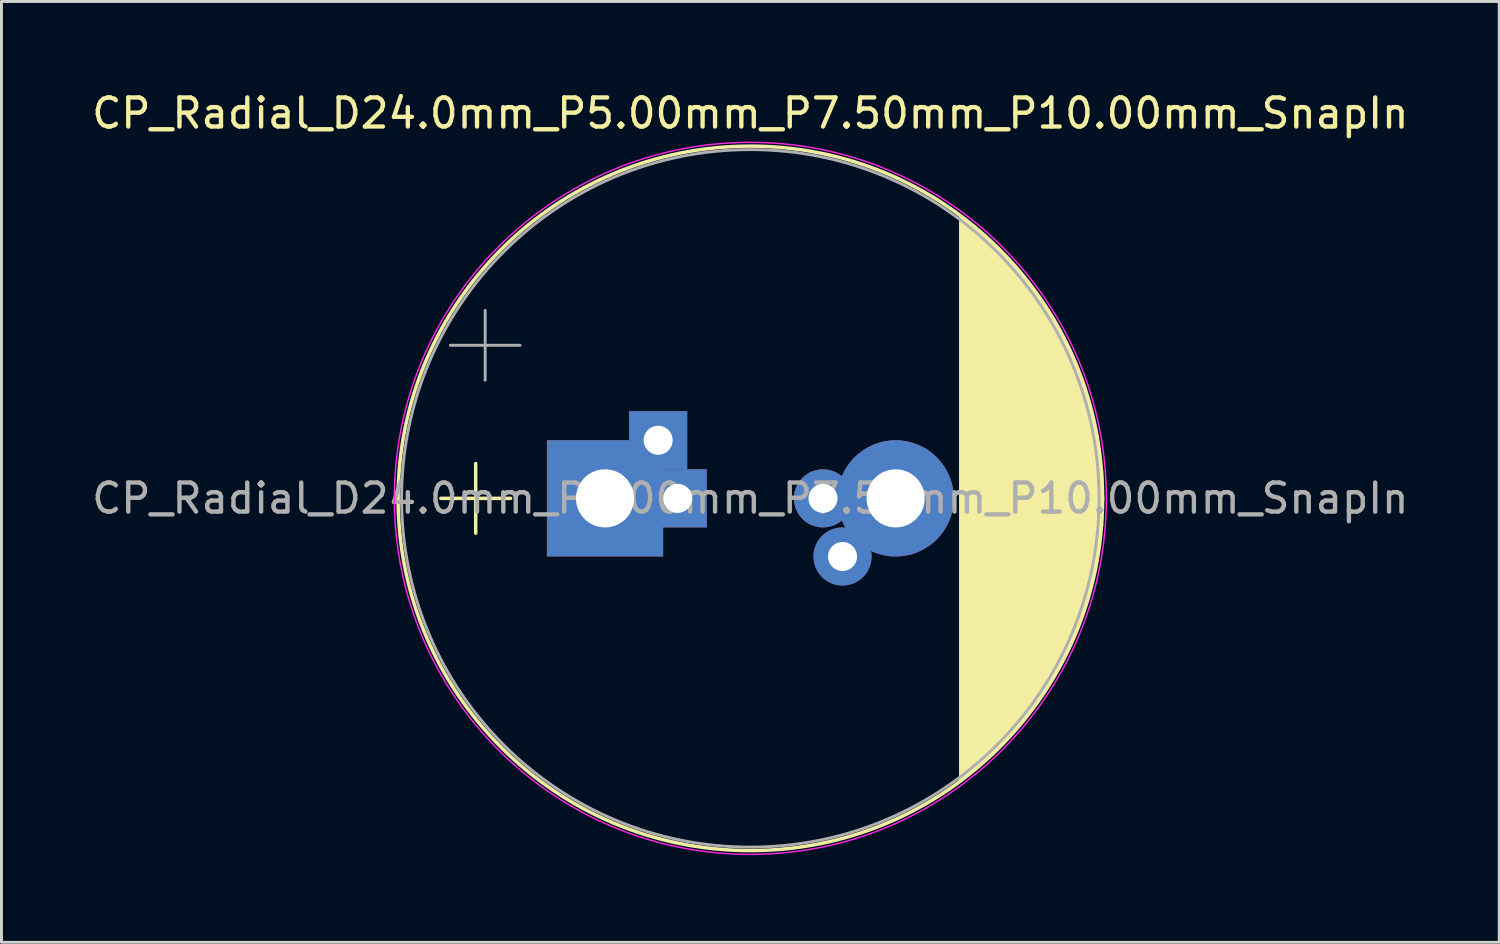
<source format=kicad_pcb>
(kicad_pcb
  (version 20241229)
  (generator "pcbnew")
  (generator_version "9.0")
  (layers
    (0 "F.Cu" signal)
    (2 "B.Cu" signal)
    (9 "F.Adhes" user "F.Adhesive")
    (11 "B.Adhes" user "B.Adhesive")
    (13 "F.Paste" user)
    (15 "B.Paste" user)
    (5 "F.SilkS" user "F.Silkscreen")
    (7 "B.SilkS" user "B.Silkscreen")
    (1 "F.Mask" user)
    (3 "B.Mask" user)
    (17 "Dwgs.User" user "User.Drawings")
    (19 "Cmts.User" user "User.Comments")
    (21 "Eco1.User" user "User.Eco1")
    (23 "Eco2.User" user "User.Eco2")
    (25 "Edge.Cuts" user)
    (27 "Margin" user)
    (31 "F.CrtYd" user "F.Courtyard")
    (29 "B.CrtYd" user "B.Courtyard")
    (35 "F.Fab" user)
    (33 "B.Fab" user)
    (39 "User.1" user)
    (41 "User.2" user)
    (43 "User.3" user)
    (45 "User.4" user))
  (footprint "CP_Radial_D24.0mm_P5.00mm_P7.50mm_P10.00mm_SnapIn"
    (layer "F.Cu")
    (at 17.768 14.098)
    (property "Reference" "CP_Radial_D24.0mm_P5.00mm_P7.50mm_P10.00mm_SnapIn" (at 5 -13.25 0) (layer "F.SilkS") (effects (font (size 1 1) (thickness 0.15))))
    (attr through_hole)
    (fp_line (start -5.65 0) (end -3.25 0) (stroke (width 0.12) (type solid)) (layer "F.SilkS"))
    (fp_line (start -4.45 -1.2) (end -4.45 1.2) (stroke (width 0.12) (type solid)) (layer "F.SilkS"))
    (fp_line (start 12.241 -9.68) (end 12.241 9.68) (stroke (width 0.12) (type solid)) (layer "F.SilkS"))
    (fp_line (start 12.281 -9.65) (end 12.281 9.65) (stroke (width 0.12) (type solid)) (layer "F.SilkS"))
    (fp_line (start 12.321 -9.62) (end 12.321 9.62) (stroke (width 0.12) (type solid)) (layer "F.SilkS"))
    (fp_line (start 12.361 -9.59) (end 12.361 9.59) (stroke (width 0.12) (type solid)) (layer "F.SilkS"))
    (fp_line (start 12.401 -9.559) (end 12.401 9.559) (stroke (width 0.12) (type solid)) (layer "F.SilkS"))
    (fp_line (start 12.441 -9.528) (end 12.441 9.528) (stroke (width 0.12) (type solid)) (layer "F.SilkS"))
    (fp_line (start 12.481 -9.497) (end 12.481 9.497) (stroke (width 0.12) (type solid)) (layer "F.SilkS"))
    (fp_line (start 12.521 -9.465) (end 12.521 9.465) (stroke (width 0.12) (type solid)) (layer "F.SilkS"))
    (fp_line (start 12.561 -9.434) (end 12.561 9.434) (stroke (width 0.12) (type solid)) (layer "F.SilkS"))
    (fp_line (start 12.601 -9.402) (end 12.601 9.402) (stroke (width 0.12) (type solid)) (layer "F.SilkS"))
    (fp_line (start 12.641 -9.369) (end 12.641 9.369) (stroke (width 0.12) (type solid)) (layer "F.SilkS"))
    (fp_line (start 12.681 -9.337) (end 12.681 9.337) (stroke (width 0.12) (type solid)) (layer "F.SilkS"))
    (fp_line (start 12.721 -9.304) (end 12.721 9.304) (stroke (width 0.12) (type solid)) (layer "F.SilkS"))
    (fp_line (start 12.761 -9.271) (end 12.761 9.271) (stroke (width 0.12) (type solid)) (layer "F.SilkS"))
    (fp_line (start 12.801 -9.237) (end 12.801 9.237) (stroke (width 0.12) (type solid)) (layer "F.SilkS"))
    (fp_line (start 12.841 -9.203) (end 12.841 9.203) (stroke (width 0.12) (type solid)) (layer "F.SilkS"))
    (fp_line (start 12.881 -9.169) (end 12.881 9.169) (stroke (width 0.12) (type solid)) (layer "F.SilkS"))
    (fp_line (start 12.921 -9.135) (end 12.921 9.135) (stroke (width 0.12) (type solid)) (layer "F.SilkS"))
    (fp_line (start 12.961 -9.1) (end 12.961 9.1) (stroke (width 0.12) (type solid)) (layer "F.SilkS"))
    (fp_line (start 13.001 -9.065) (end 13.001 9.065) (stroke (width 0.12) (type solid)) (layer "F.SilkS"))
    (fp_line (start 13.041 -9.03) (end 13.041 9.03) (stroke (width 0.12) (type solid)) (layer "F.SilkS"))
    (fp_line (start 13.081 -8.994) (end 13.081 8.994) (stroke (width 0.12) (type solid)) (layer "F.SilkS"))
    (fp_line (start 13.121 -8.958) (end 13.121 8.958) (stroke (width 0.12) (type solid)) (layer "F.SilkS"))
    (fp_line (start 13.161 -8.922) (end 13.161 8.922) (stroke (width 0.12) (type solid)) (layer "F.SilkS"))
    (fp_line (start 13.2 -8.885) (end 13.2 8.885) (stroke (width 0.12) (type solid)) (layer "F.SilkS"))
    (fp_line (start 13.24 -8.849) (end 13.24 8.849) (stroke (width 0.12) (type solid)) (layer "F.SilkS"))
    (fp_line (start 13.28 -8.811) (end 13.28 8.811) (stroke (width 0.12) (type solid)) (layer "F.SilkS"))
    (fp_line (start 13.32 -8.774) (end 13.32 8.774) (stroke (width 0.12) (type solid)) (layer "F.SilkS"))
    (fp_line (start 13.36 -8.736) (end 13.36 8.736) (stroke (width 0.12) (type solid)) (layer "F.SilkS"))
    (fp_line (start 13.4 -8.697) (end 13.4 8.697) (stroke (width 0.12) (type solid)) (layer "F.SilkS"))
    (fp_line (start 13.44 -8.659) (end 13.44 8.659) (stroke (width 0.12) (type solid)) (layer "F.SilkS"))
    (fp_line (start 13.48 -8.62) (end 13.48 8.62) (stroke (width 0.12) (type solid)) (layer "F.SilkS"))
    (fp_line (start 13.52 -8.58) (end 13.52 8.58) (stroke (width 0.12) (type solid)) (layer "F.SilkS"))
    (fp_line (start 13.56 -8.541) (end 13.56 8.541) (stroke (width 0.12) (type solid)) (layer "F.SilkS"))
    (fp_line (start 13.6 -8.501) (end 13.6 8.501) (stroke (width 0.12) (type solid)) (layer "F.SilkS"))
    (fp_line (start 13.64 -8.46) (end 13.64 8.46) (stroke (width 0.12) (type solid)) (layer "F.SilkS"))
    (fp_line (start 13.68 -8.419) (end 13.68 8.419) (stroke (width 0.12) (type solid)) (layer "F.SilkS"))
    (fp_line (start 13.72 -8.378) (end 13.72 8.378) (stroke (width 0.12) (type solid)) (layer "F.SilkS"))
    (fp_line (start 13.76 -8.336) (end 13.76 8.336) (stroke (width 0.12) (type solid)) (layer "F.SilkS"))
    (fp_line (start 13.8 -8.294) (end 13.8 8.294) (stroke (width 0.12) (type solid)) (layer "F.SilkS"))
    (fp_line (start 13.84 -8.252) (end 13.84 8.252) (stroke (width 0.12) (type solid)) (layer "F.SilkS"))
    (fp_line (start 13.88 -8.209) (end 13.88 8.209) (stroke (width 0.12) (type solid)) (layer "F.SilkS"))
    (fp_line (start 13.92 -8.166) (end 13.92 8.166) (stroke (width 0.12) (type solid)) (layer "F.SilkS"))
    (fp_line (start 13.96 -8.122) (end 13.96 8.122) (stroke (width 0.12) (type solid)) (layer "F.SilkS"))
    (fp_line (start 14 -8.078) (end 14 8.078) (stroke (width 0.12) (type solid)) (layer "F.SilkS"))
    (fp_line (start 14.04 -8.033) (end 14.04 8.033) (stroke (width 0.12) (type solid)) (layer "F.SilkS"))
    (fp_line (start 14.08 -7.988) (end 14.08 7.988) (stroke (width 0.12) (type solid)) (layer "F.SilkS"))
    (fp_line (start 14.12 -7.943) (end 14.12 7.943) (stroke (width 0.12) (type solid)) (layer "F.SilkS"))
    (fp_line (start 14.16 -7.897) (end 14.16 7.897) (stroke (width 0.12) (type solid)) (layer "F.SilkS"))
    (fp_line (start 14.2 -7.851) (end 14.2 7.851) (stroke (width 0.12) (type solid)) (layer "F.SilkS"))
    (fp_line (start 14.24 -7.804) (end 14.24 7.804) (stroke (width 0.12) (type solid)) (layer "F.SilkS"))
    (fp_line (start 14.28 -7.756) (end 14.28 7.756) (stroke (width 0.12) (type solid)) (layer "F.SilkS"))
    (fp_line (start 14.32 -7.709) (end 14.32 7.709) (stroke (width 0.12) (type solid)) (layer "F.SilkS"))
    (fp_line (start 14.36 -7.66) (end 14.36 7.66) (stroke (width 0.12) (type solid)) (layer "F.SilkS"))
    (fp_line (start 14.4 -7.611) (end 14.4 7.611) (stroke (width 0.12) (type solid)) (layer "F.SilkS"))
    (fp_line (start 14.44 -7.562) (end 14.44 7.562) (stroke (width 0.12) (type solid)) (layer "F.SilkS"))
    (fp_line (start 14.48 -7.512) (end 14.48 7.512) (stroke (width 0.12) (type solid)) (layer "F.SilkS"))
    (fp_line (start 14.52 -7.461) (end 14.52 7.461) (stroke (width 0.12) (type solid)) (layer "F.SilkS"))
    (fp_line (start 14.56 -7.41) (end 14.56 7.41) (stroke (width 0.12) (type solid)) (layer "F.SilkS"))
    (fp_line (start 14.6 -7.359) (end 14.6 7.359) (stroke (width 0.12) (type solid)) (layer "F.SilkS"))
    (fp_line (start 14.64 -7.307) (end 14.64 7.307) (stroke (width 0.12) (type solid)) (layer "F.SilkS"))
    (fp_line (start 14.68 -7.254) (end 14.68 7.254) (stroke (width 0.12) (type solid)) (layer "F.SilkS"))
    (fp_line (start 14.72 -7.2) (end 14.72 7.2) (stroke (width 0.12) (type solid)) (layer "F.SilkS"))
    (fp_line (start 14.76 -7.146) (end 14.76 7.146) (stroke (width 0.12) (type solid)) (layer "F.SilkS"))
    (fp_line (start 14.8 -7.092) (end 14.8 7.092) (stroke (width 0.12) (type solid)) (layer "F.SilkS"))
    (fp_line (start 14.84 -7.036) (end 14.84 7.036) (stroke (width 0.12) (type solid)) (layer "F.SilkS"))
    (fp_line (start 14.88 -6.98) (end 14.88 6.98) (stroke (width 0.12) (type solid)) (layer "F.SilkS"))
    (fp_line (start 14.92 -6.924) (end 14.92 6.924) (stroke (width 0.12) (type solid)) (layer "F.SilkS"))
    (fp_line (start 14.96 -6.866) (end 14.96 6.866) (stroke (width 0.12) (type solid)) (layer "F.SilkS"))
    (fp_line (start 15 -6.808) (end 15 6.808) (stroke (width 0.12) (type solid)) (layer "F.SilkS"))
    (fp_line (start 15.04 -6.75) (end 15.04 6.75) (stroke (width 0.12) (type solid)) (layer "F.SilkS"))
    (fp_line (start 15.08 -6.69) (end 15.08 6.69) (stroke (width 0.12) (type solid)) (layer "F.SilkS"))
    (fp_line (start 15.12 -6.63) (end 15.12 6.63) (stroke (width 0.12) (type solid)) (layer "F.SilkS"))
    (fp_line (start 15.16 -6.569) (end 15.16 6.569) (stroke (width 0.12) (type solid)) (layer "F.SilkS"))
    (fp_line (start 15.2 -6.507) (end 15.2 6.507) (stroke (width 0.12) (type solid)) (layer "F.SilkS"))
    (fp_line (start 15.24 -6.444) (end 15.24 6.444) (stroke (width 0.12) (type solid)) (layer "F.SilkS"))
    (fp_line (start 15.28 -6.38) (end 15.28 6.38) (stroke (width 0.12) (type solid)) (layer "F.SilkS"))
    (fp_line (start 15.32 -6.316) (end 15.32 6.316) (stroke (width 0.12) (type solid)) (layer "F.SilkS"))
    (fp_line (start 15.36 -6.251) (end 15.36 6.251) (stroke (width 0.12) (type solid)) (layer "F.SilkS"))
    (fp_line (start 15.4 -6.184) (end 15.4 6.184) (stroke (width 0.12) (type solid)) (layer "F.SilkS"))
    (fp_line (start 15.44 -6.117) (end 15.44 6.117) (stroke (width 0.12) (type solid)) (layer "F.SilkS"))
    (fp_line (start 15.48 -6.049) (end 15.48 6.049) (stroke (width 0.12) (type solid)) (layer "F.SilkS"))
    (fp_line (start 15.52 -5.979) (end 15.52 5.979) (stroke (width 0.12) (type solid)) (layer "F.SilkS"))
    (fp_line (start 15.56 -5.909) (end 15.56 5.909) (stroke (width 0.12) (type solid)) (layer "F.SilkS"))
    (fp_line (start 15.6 -5.837) (end 15.6 5.837) (stroke (width 0.12) (type solid)) (layer "F.SilkS"))
    (fp_line (start 15.64 -5.764) (end 15.64 5.764) (stroke (width 0.12) (type solid)) (layer "F.SilkS"))
    (fp_line (start 15.68 -5.69) (end 15.68 5.69) (stroke (width 0.12) (type solid)) (layer "F.SilkS"))
    (fp_line (start 15.72 -5.615) (end 15.72 5.615) (stroke (width 0.12) (type solid)) (layer "F.SilkS"))
    (fp_line (start 15.76 -5.539) (end 15.76 5.539) (stroke (width 0.12) (type solid)) (layer "F.SilkS"))
    (fp_line (start 15.8 -5.461) (end 15.8 5.461) (stroke (width 0.12) (type solid)) (layer "F.SilkS"))
    (fp_line (start 15.84 -5.382) (end 15.84 5.382) (stroke (width 0.12) (type solid)) (layer "F.SilkS"))
    (fp_line (start 15.88 -5.301) (end 15.88 5.301) (stroke (width 0.12) (type solid)) (layer "F.SilkS"))
    (fp_line (start 15.92 -5.219) (end 15.92 5.219) (stroke (width 0.12) (type solid)) (layer "F.SilkS"))
    (fp_line (start 15.96 -5.135) (end 15.96 5.135) (stroke (width 0.12) (type solid)) (layer "F.SilkS"))
    (fp_line (start 16 -5.049) (end 16 5.049) (stroke (width 0.12) (type solid)) (layer "F.SilkS"))
    (fp_line (start 16.04 -4.962) (end 16.04 4.962) (stroke (width 0.12) (type solid)) (layer "F.SilkS"))
    (fp_line (start 16.08 -4.873) (end 16.08 4.873) (stroke (width 0.12) (type solid)) (layer "F.SilkS"))
    (fp_line (start 16.12 -4.781) (end 16.12 4.781) (stroke (width 0.12) (type solid)) (layer "F.SilkS"))
    (fp_line (start 16.16 -4.688) (end 16.16 4.688) (stroke (width 0.12) (type solid)) (layer "F.SilkS"))
    (fp_line (start 16.2 -4.592) (end 16.2 4.592) (stroke (width 0.12) (type solid)) (layer "F.SilkS"))
    (fp_line (start 16.24 -4.494) (end 16.24 4.494) (stroke (width 0.12) (type solid)) (layer "F.SilkS"))
    (fp_line (start 16.28 -4.394) (end 16.28 4.394) (stroke (width 0.12) (type solid)) (layer "F.SilkS"))
    (fp_line (start 16.32 -4.291) (end 16.32 4.291) (stroke (width 0.12) (type solid)) (layer "F.SilkS"))
    (fp_line (start 16.36 -4.185) (end 16.36 4.185) (stroke (width 0.12) (type solid)) (layer "F.SilkS"))
    (fp_line (start 16.4 -4.076) (end 16.4 4.076) (stroke (width 0.12) (type solid)) (layer "F.SilkS"))
    (fp_line (start 16.44 -3.963) (end 16.44 3.963) (stroke (width 0.12) (type solid)) (layer "F.SilkS"))
    (fp_line (start 16.48 -3.847) (end 16.48 3.847) (stroke (width 0.12) (type solid)) (layer "F.SilkS"))
    (fp_line (start 16.52 -3.727) (end 16.52 3.727) (stroke (width 0.12) (type solid)) (layer "F.SilkS"))
    (fp_line (start 16.56 -3.602) (end 16.56 3.602) (stroke (width 0.12) (type solid)) (layer "F.SilkS"))
    (fp_line (start 16.6 -3.473) (end 16.6 3.473) (stroke (width 0.12) (type solid)) (layer "F.SilkS"))
    (fp_line (start 16.64 -3.338) (end 16.64 3.338) (stroke (width 0.12) (type solid)) (layer "F.SilkS"))
    (fp_line (start 16.68 -3.197) (end 16.68 3.197) (stroke (width 0.12) (type solid)) (layer "F.SilkS"))
    (fp_line (start 16.72 -3.049) (end 16.72 3.049) (stroke (width 0.12) (type solid)) (layer "F.SilkS"))
    (fp_line (start 16.76 -2.893) (end 16.76 2.893) (stroke (width 0.12) (type solid)) (layer "F.SilkS"))
    (fp_line (start 16.8 -2.727) (end 16.8 2.727) (stroke (width 0.12) (type solid)) (layer "F.SilkS"))
    (fp_line (start 16.84 -2.551) (end 16.84 2.551) (stroke (width 0.12) (type solid)) (layer "F.SilkS"))
    (fp_line (start 16.88 -2.361) (end 16.88 2.361) (stroke (width 0.12) (type solid)) (layer "F.SilkS"))
    (fp_line (start 16.92 -2.153) (end 16.92 2.153) (stroke (width 0.12) (type solid)) (layer "F.SilkS"))
    (fp_line (start 16.96 -1.923) (end 16.96 1.923) (stroke (width 0.12) (type solid)) (layer "F.SilkS"))
    (fp_line (start 17 -1.662) (end 17 1.662) (stroke (width 0.12) (type solid)) (layer "F.SilkS"))
    (fp_line (start 17.04 -1.351) (end 17.04 1.351) (stroke (width 0.12) (type solid)) (layer "F.SilkS"))
    (fp_line (start 17.08 -0.944) (end 17.08 0.944) (stroke (width 0.12) (type solid)) (layer "F.SilkS"))
    (fp_line (start 17.12 -0.04) (end 17.12 0.04) (stroke (width 0.12) (type solid)) (layer "F.SilkS"))
    (fp_circle (center 5 0) (end 17.12 0) (stroke (width 0.12) (type solid)) (fill no) (layer "F.SilkS"))
    (fp_circle (center 5 0) (end 17.25 0) (stroke (width 0.05) (type solid)) (fill no) (layer "F.CrtYd"))
    (fp_line (start -5.324 -5.268) (end -2.924 -5.268) (stroke (width 0.1) (type solid)) (layer "F.Fab"))
    (fp_line (start -4.124 -6.468) (end -4.124 -4.067) (stroke (width 0.1) (type solid)) (layer "F.Fab"))
    (fp_circle (center 5 0) (end 17 0) (stroke (width 0.1) (type solid)) (fill no) (layer "F.Fab"))
    (fp_text user "${REFERENCE}" (at 5 0 0) (layer "F.Fab") (effects (font (size 1 1) (thickness 0.15))))
    (pad "1" thru_hole rect (at 0 0) (size 4 4) (drill 2) (layers "*.Cu" "*.Mask"))
    (pad "1" thru_hole rect (at 1.828 -2) (size 2 2) (drill 1) (layers "*.Cu" "*.Mask"))
    (pad "1" thru_hole rect (at 2.5 0) (size 2 2) (drill 1) (layers "*.Cu" "*.Mask"))
    (pad "2" thru_hole circle (at 7.5 0) (size 2 2) (drill 1) (layers "*.Cu" "*.Mask"))
    (pad "2" thru_hole circle (at 8.172 2) (size 2 2) (drill 1) (layers "*.Cu" "*.Mask"))
    (pad "2" thru_hole circle (at 10 0) (size 4 4) (drill 2) (layers "*.Cu" "*.Mask")))
  (gr_rect
    (start -3 -3)
    (end 48.536 29.373)
    (stroke (width 0.1) (type default))
    (fill no)
    (layer "Edge.Cuts")))
</source>
